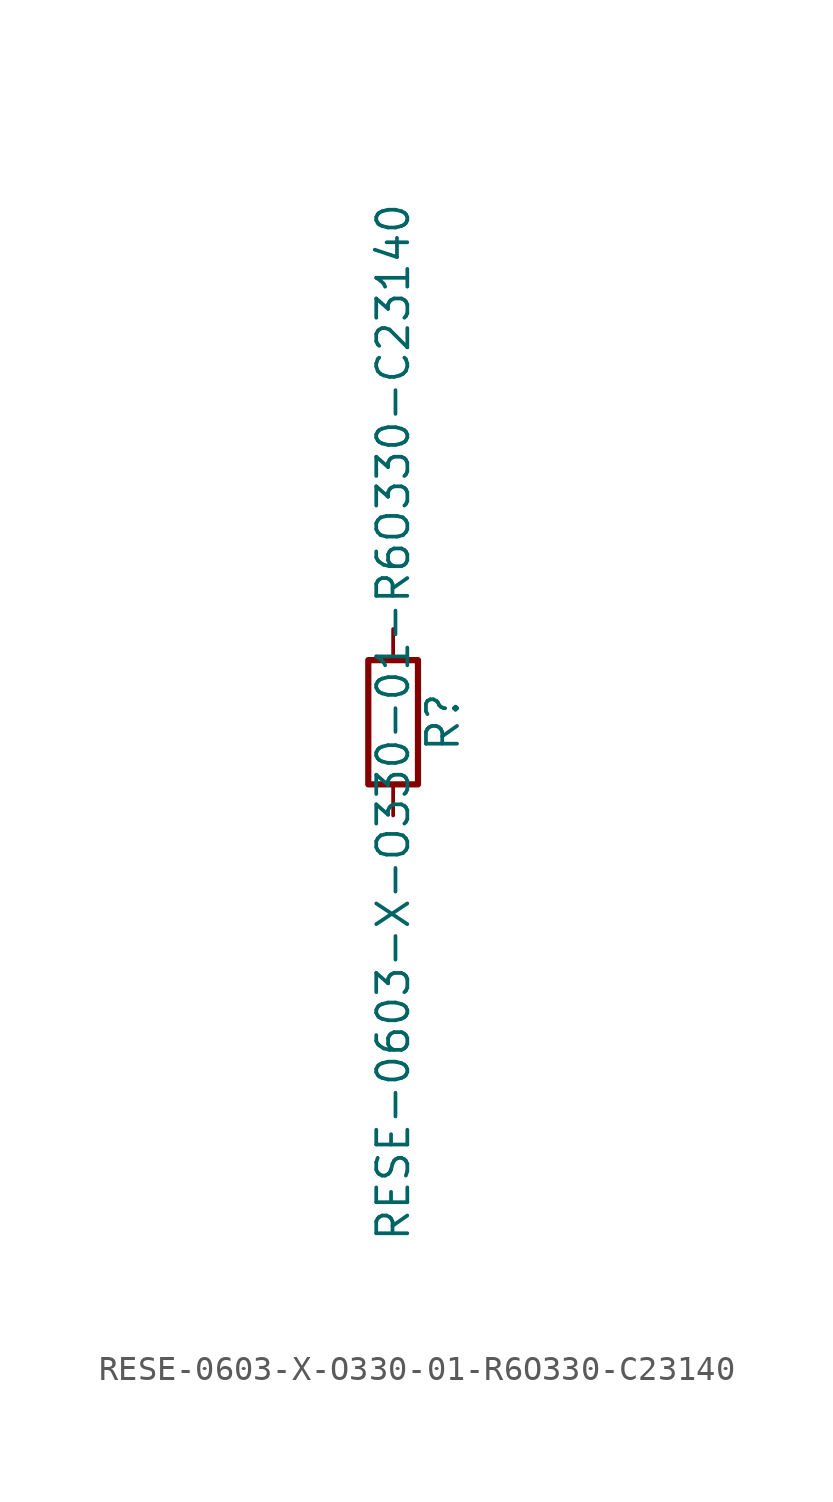
<source format=kicad_sym>
(kicad_symbol_lib
  (version 20211014)
  (generator kicad_symbol_editor)
  (symbol "RESE-0603-X-O330-01-R6O330-C23140"
    (pin_numbers hide)
    (pin_names
      (offset 0))
    (property "Reference" "R"
      (at 2.032 0 90)
      (effects (font (size 1.27 1.27))))
    (property "Value" "RESE-0603-X-O330-01-R6O330-C23140"
      (at 0 0 90)
      (effects (font (size 1.27 1.27))))
    (symbol "RESE-0603-X-O330-01-R6O330-C23140_0_1"
      (rectangle (start -1.016 -2.54) (end 1.016 2.54) (stroke (width 0.254) (type default) (color 0 0 0 0)) (fill (type none))))
    (symbol "RESE-0603-X-O330-01-R6O330-C23140_1_1"
      (pin passive line (at 0 3.81 270) (length 1.27) (name "~" (effects (font (size 1.27 1.27)))) (number "1" (effects (font (size 1.27 1.27)))))
      (pin passive line (at 0 -3.81 90) (length 1.27) (name "~" (effects (font (size 1.27 1.27)))) (number "2" (effects (font (size 1.27 1.27))))))))
</source>
